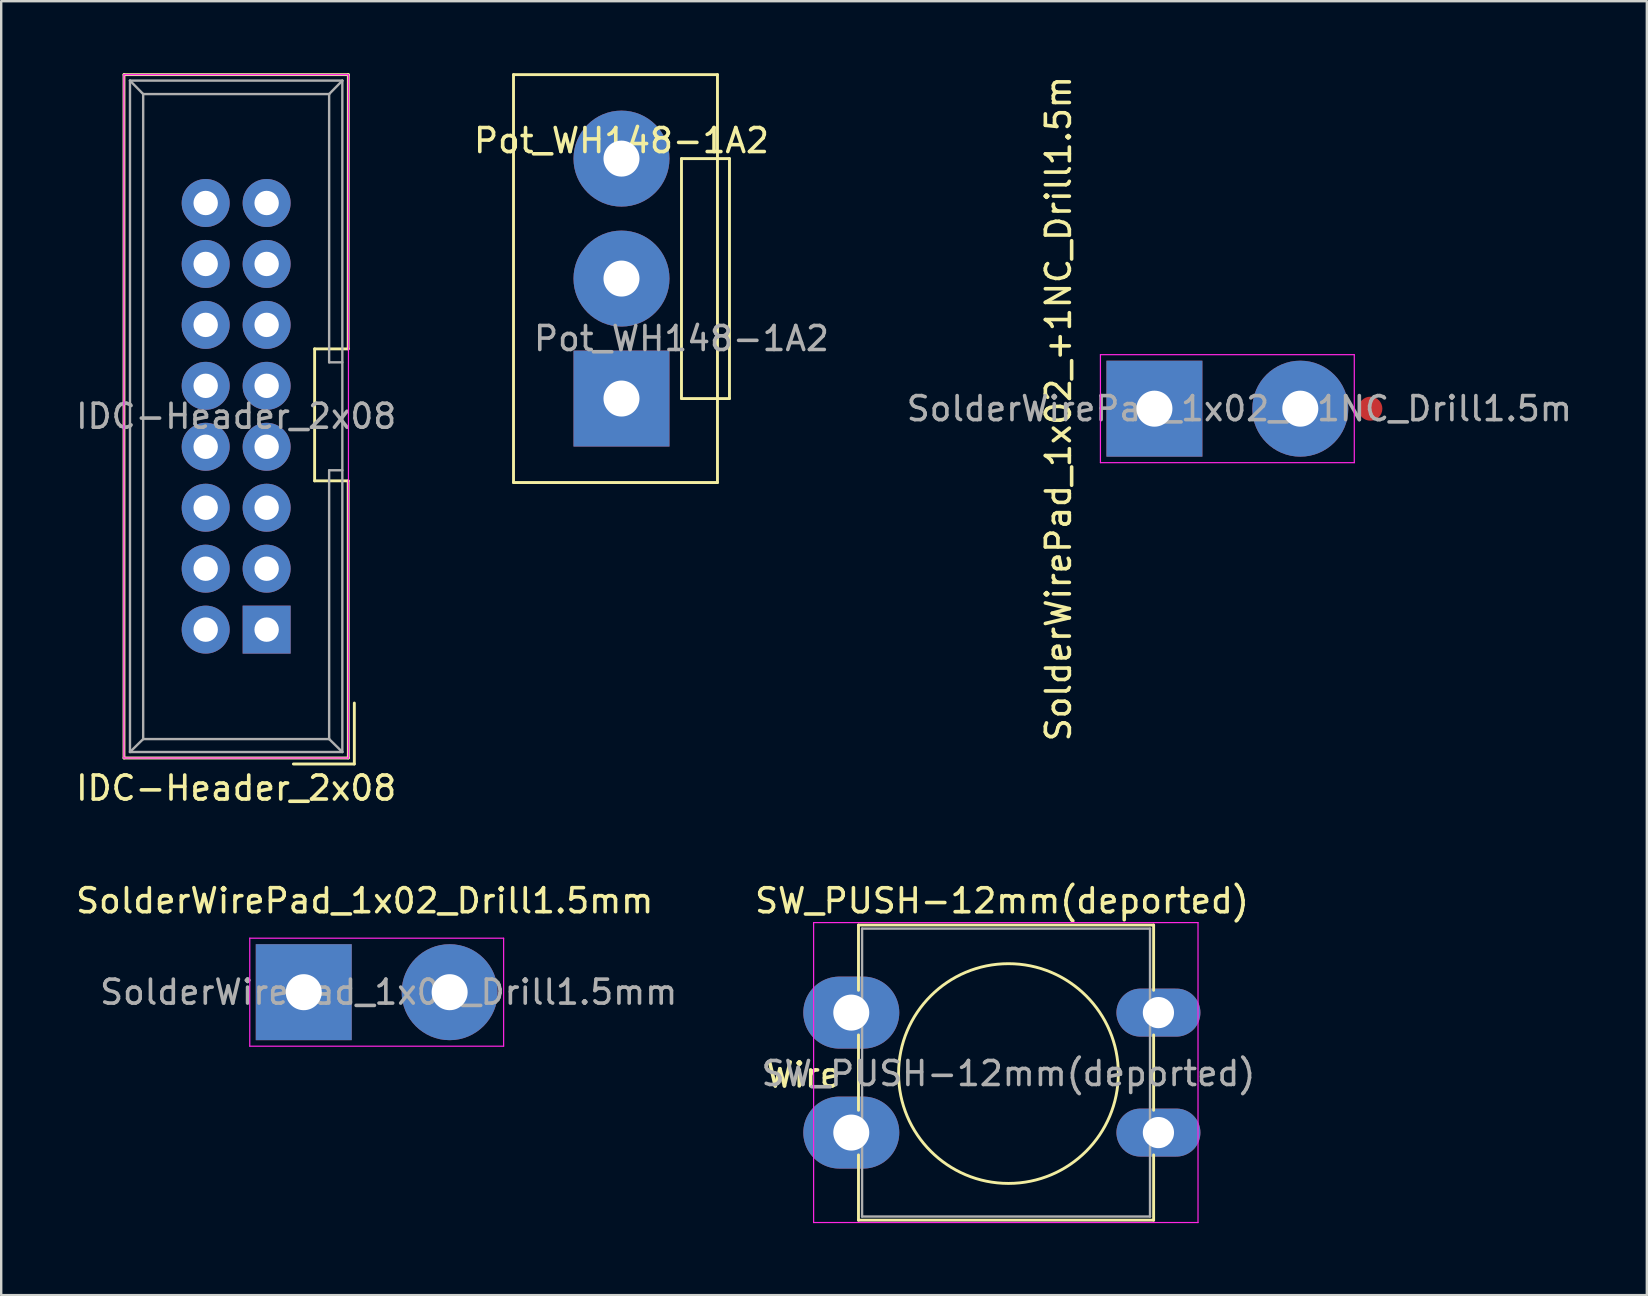
<source format=kicad_pcb>
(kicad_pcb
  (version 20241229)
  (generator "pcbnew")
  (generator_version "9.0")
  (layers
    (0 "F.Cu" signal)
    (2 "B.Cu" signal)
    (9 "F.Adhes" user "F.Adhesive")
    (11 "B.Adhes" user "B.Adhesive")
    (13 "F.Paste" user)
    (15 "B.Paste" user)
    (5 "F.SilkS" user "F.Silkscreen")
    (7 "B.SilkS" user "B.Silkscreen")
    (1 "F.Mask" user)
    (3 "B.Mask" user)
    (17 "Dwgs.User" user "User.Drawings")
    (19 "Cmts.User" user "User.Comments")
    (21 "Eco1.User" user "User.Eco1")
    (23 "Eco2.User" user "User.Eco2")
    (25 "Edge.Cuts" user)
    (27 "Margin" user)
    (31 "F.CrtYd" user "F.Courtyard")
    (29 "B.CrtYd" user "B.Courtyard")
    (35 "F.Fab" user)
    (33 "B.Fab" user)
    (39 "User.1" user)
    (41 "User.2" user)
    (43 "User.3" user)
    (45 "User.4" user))
  (footprint "Pot_WH148-1A2"
    (layer "F.Cu")
    (at 22.851 14.56)
    (property "Reference" "Pot_WH148-1A2" (at 0 -11.75 0) (layer "F.SilkS") (effects (font (size 1 1) (thickness 0.15))))
    (attr through_hole)
    (fp_line (start -4.5 -14.5) (end 4 -14.5) (stroke (width 0.12) (type solid)) (layer "F.SilkS"))
    (fp_line (start -4.5 2.5) (end -4.5 -14.5) (stroke (width 0.12) (type solid)) (layer "F.SilkS"))
    (fp_line (start 2.5 -11) (end 2.5 -1) (stroke (width 0.12) (type solid)) (layer "F.SilkS"))
    (fp_line (start 2.5 -1) (end 4 -1) (stroke (width 0.12) (type solid)) (layer "F.SilkS"))
    (fp_line (start 4 -14.5) (end 4 2.5) (stroke (width 0.12) (type solid)) (layer "F.SilkS"))
    (fp_line (start 4 -11) (end 2.5 -11) (stroke (width 0.12) (type solid)) (layer "F.SilkS"))
    (fp_line (start 4 -1) (end 4.5 -1) (stroke (width 0.12) (type solid)) (layer "F.SilkS"))
    (fp_line (start 4 2.5) (end -4.5 2.5) (stroke (width 0.12) (type solid)) (layer "F.SilkS"))
    (fp_line (start 4.5 -11) (end 4 -11) (stroke (width 0.12) (type solid)) (layer "F.SilkS"))
    (fp_line (start 4.5 -1) (end 4.5 -11) (stroke (width 0.12) (type solid)) (layer "F.SilkS"))
    (fp_text user "${REFERENCE}" (at 2.5 -3.5 0) (layer "F.Fab") (effects (font (size 1 1) (thickness 0.15))))
    (pad "1" thru_hole rect (at 0 -1) (size 4 4) (drill 1.5) (layers "*.Cu" "*.Mask"))
    (pad "2" thru_hole circle (at 0 -6) (size 4 4) (drill 1.5) (layers "*.Cu" "*.Mask"))
    (pad "3" thru_hole circle (at 0 -11) (size 4 4) (drill 1.5) (layers "*.Cu" "*.Mask")))
  (footprint "SolderWirePad_1x02_+1NC_Drill1.5m"
    (layer "F.Cu")
    (at 45.061 13.982)
    (property "Reference" "SolderWirePad_1x02_+1NC_Drill1.5m" (at -4 0 270) (layer "F.SilkS") (effects (font (size 1 1) (thickness 0.15))))
    (attr exclude_from_pos_files exclude_from_bom)
    (fp_line (start -2.25 -2.25) (end -2.25 2.25) (stroke (width 0.05) (type solid)) (layer "F.CrtYd"))
    (fp_line (start -2.25 -2.25) (end 8.33 -2.25) (stroke (width 0.05) (type solid)) (layer "F.CrtYd"))
    (fp_line (start 8.33 2.25) (end -2.25 2.25) (stroke (width 0.05) (type solid)) (layer "F.CrtYd"))
    (fp_line (start 8.33 2.25) (end 8.33 -2.25) (stroke (width 0.05) (type solid)) (layer "F.CrtYd"))
    (fp_text user "${REFERENCE}" (at 3.54 0 180) (layer "F.Fab") (effects (font (size 1 1) (thickness 0.15))))
    (pad "1" thru_hole rect (at 0 0) (size 4 4) (drill 1.501) (layers "*.Cu" "*.Mask"))
    (pad "2" thru_hole circle (at 6.08 0) (size 4 4) (drill 1.501) (layers "*.Cu" "*.Mask"))
    (pad "3" smd circle (at 9 0) (size 1 1) (layers "F.Cu" "F.Mask" "F.Paste")))
  (footprint "IDC-Header_2x08"
    (layer "F.Cu")
    (at 8.062 23.19)
    (property "Reference" "IDC-Header_2x08" (at -1.27 6.604 180) (layer "F.SilkS") (effects (font (size 1 1) (thickness 0.15))))
    (attr through_hole)
    (fp_line (start -5.945 -23.13) (end 3.405 -23.13) (stroke (width 0.12) (type solid)) (layer "F.SilkS"))
    (fp_line (start -5.945 5.35) (end -5.945 -23.13) (stroke (width 0.12) (type solid)) (layer "F.SilkS"))
    (fp_line (start 2 -11.7) (end 2 -6.2) (stroke (width 0.12) (type solid)) (layer "F.SilkS"))
    (fp_line (start 2 -6.2) (end 3.4 -6.2) (stroke (width 0.12) (type solid)) (layer "F.SilkS"))
    (fp_line (start 3.4 -11.7) (end 2 -11.7) (stroke (width 0.12) (type solid)) (layer "F.SilkS"))
    (fp_line (start 3.4 -11.7) (end 3.405 -23.13) (stroke (width 0.12) (type solid)) (layer "F.SilkS"))
    (fp_line (start 3.4 -6.2) (end 3.405 5.35) (stroke (width 0.12) (type solid)) (layer "F.SilkS"))
    (fp_line (start 3.405 5.35) (end -5.945 5.35) (stroke (width 0.12) (type solid)) (layer "F.SilkS"))
    (fp_line (start 3.655 5.6) (end 1.115 5.6) (stroke (width 0.12) (type solid)) (layer "F.SilkS"))
    (fp_line (start 3.655 5.6) (end 3.655 3.06) (stroke (width 0.12) (type solid)) (layer "F.SilkS"))
    (fp_line (start -5.95 -23.13) (end 3.41 -23.13) (stroke (width 0.05) (type solid)) (layer "F.CrtYd"))
    (fp_line (start -5.95 5.35) (end -5.95 -23.13) (stroke (width 0.05) (type solid)) (layer "F.CrtYd"))
    (fp_line (start 3.41 -23.13) (end 3.41 5.35) (stroke (width 0.05) (type solid)) (layer "F.CrtYd"))
    (fp_line (start 3.41 5.35) (end -5.95 5.35) (stroke (width 0.05) (type solid)) (layer "F.CrtYd"))
    (fp_line (start -5.695 -22.88) (end -5.145 -22.32) (stroke (width 0.1) (type solid)) (layer "F.Fab"))
    (fp_line (start -5.695 -22.88) (end 3.155 -22.88) (stroke (width 0.1) (type solid)) (layer "F.Fab"))
    (fp_line (start -5.695 5.1) (end -5.695 -22.88) (stroke (width 0.1) (type solid)) (layer "F.Fab"))
    (fp_line (start -5.695 5.1) (end -5.145 4.56) (stroke (width 0.1) (type solid)) (layer "F.Fab"))
    (fp_line (start -5.695 5.1) (end 3.155 5.1) (stroke (width 0.1) (type solid)) (layer "F.Fab"))
    (fp_line (start -5.145 -22.32) (end 2.605 -22.32) (stroke (width 0.1) (type solid)) (layer "F.Fab"))
    (fp_line (start -5.145 4.56) (end -5.145 -22.32) (stroke (width 0.1) (type solid)) (layer "F.Fab"))
    (fp_line (start -5.145 4.56) (end 2.605 4.56) (stroke (width 0.1) (type solid)) (layer "F.Fab"))
    (fp_line (start 2.605 -11.14) (end 2.605 -22.32) (stroke (width 0.1) (type solid)) (layer "F.Fab"))
    (fp_line (start 2.605 -11.14) (end 3.155 -11.14) (stroke (width 0.1) (type solid)) (layer "F.Fab"))
    (fp_line (start 2.605 -6.64) (end 3.155 -6.64) (stroke (width 0.1) (type solid)) (layer "F.Fab"))
    (fp_line (start 2.605 4.56) (end 2.605 -6.64) (stroke (width 0.1) (type solid)) (layer "F.Fab"))
    (fp_line (start 3.155 -22.88) (end 2.605 -22.32) (stroke (width 0.1) (type solid)) (layer "F.Fab"))
    (fp_line (start 3.155 5.1) (end 2.605 4.56) (stroke (width 0.1) (type solid)) (layer "F.Fab"))
    (fp_line (start 3.155 5.1) (end 3.155 -22.88) (stroke (width 0.1) (type solid)) (layer "F.Fab"))
    (fp_text user "${REFERENCE}" (at -1.27 -8.89 180) (layer "F.Fab") (effects (font (size 1 1) (thickness 0.15))))
    (pad "1" thru_hole rect (at 0 0 180) (size 2 2) (drill 1.016) (layers "*.Cu" "*.Mask"))
    (pad "2" thru_hole circle (at -2.54 0 180) (size 2 2) (drill 1.016) (layers "*.Cu" "*.Mask"))
    (pad "3" thru_hole circle (at 0 -2.54 180) (size 2 2) (drill 1.016) (layers "*.Cu" "*.Mask"))
    (pad "4" thru_hole circle (at -2.54 -2.54 180) (size 2 2) (drill 1.016) (layers "*.Cu" "*.Mask"))
    (pad "5" thru_hole circle (at 0 -5.08 180) (size 2 2) (drill 1.016) (layers "*.Cu" "*.Mask"))
    (pad "6" thru_hole circle (at -2.54 -5.08 180) (size 2 2) (drill 1.016) (layers "*.Cu" "*.Mask"))
    (pad "7" thru_hole circle (at 0 -7.62 180) (size 2 2) (drill 1.016) (layers "*.Cu" "*.Mask"))
    (pad "8" thru_hole circle (at -2.54 -7.62 180) (size 2 2) (drill 1.016) (layers "*.Cu" "*.Mask"))
    (pad "9" thru_hole circle (at 0 -10.16 180) (size 2 2) (drill 1.016) (layers "*.Cu" "*.Mask"))
    (pad "10" thru_hole circle (at -2.54 -10.16 180) (size 2 2) (drill 1.016) (layers "*.Cu" "*.Mask"))
    (pad "11" thru_hole circle (at 0 -12.7 180) (size 2 2) (drill 1.016) (layers "*.Cu" "*.Mask"))
    (pad "12" thru_hole circle (at -2.54 -12.7 180) (size 2 2) (drill 1.016) (layers "*.Cu" "*.Mask"))
    (pad "13" thru_hole circle (at 0 -15.24 180) (size 2 2) (drill 1.016) (layers "*.Cu" "*.Mask"))
    (pad "14" thru_hole circle (at -2.54 -15.24 180) (size 2 2) (drill 1.016) (layers "*.Cu" "*.Mask"))
    (pad "15" thru_hole circle (at 0 -17.78 180) (size 2 2) (drill 1.016) (layers "*.Cu" "*.Mask"))
    (pad "16" thru_hole circle (at -2.54 -17.78 180) (size 2 2) (drill 1.016) (layers "*.Cu" "*.Mask")))
  (footprint "SolderWirePad_1x02_Drill1.5mm"
    (layer "F.Cu")
    (at 9.609 38.3)
    (property "Reference" "SolderWirePad_1x02_Drill1.5mm" (at 2.54 -3.81 0) (layer "F.SilkS") (effects (font (size 1 1) (thickness 0.15))))
    (attr exclude_from_pos_files exclude_from_bom)
    (fp_line (start -2.25 -2.25) (end -2.25 2.25) (stroke (width 0.05) (type solid)) (layer "F.CrtYd"))
    (fp_line (start -2.25 -2.25) (end 8.33 -2.25) (stroke (width 0.05) (type solid)) (layer "F.CrtYd"))
    (fp_line (start 8.33 2.25) (end -2.25 2.25) (stroke (width 0.05) (type solid)) (layer "F.CrtYd"))
    (fp_line (start 8.33 2.25) (end 8.33 -2.25) (stroke (width 0.05) (type solid)) (layer "F.CrtYd"))
    (fp_text user "${REFERENCE}" (at 3.54 0 0) (layer "F.Fab") (effects (font (size 1 1) (thickness 0.15))))
    (pad "1" thru_hole rect (at 0 0) (size 4 4) (drill 1.501) (layers "*.Cu" "*.Mask"))
    (pad "2" thru_hole circle (at 6.08 0) (size 4 4) (drill 1.501) (layers "*.Cu" "*.Mask")))
  (footprint "SW_PUSH-12mm(deported)"
    (layer "F.Cu")
    (at 32.628 39.151)
    (property "Reference" "SW_PUSH-12mm(deported)" (at 6.08 -4.66 0) (layer "F.SilkS") (effects (font (size 1 1) (thickness 0.15))))
    (attr through_hole)
    (fp_line (start 0.1 -3.65) (end 12.4 -3.65) (stroke (width 0.12) (type solid)) (layer "F.SilkS"))
    (fp_line (start 0.1 -0.93) (end 0.1 -3.65) (stroke (width 0.12) (type solid)) (layer "F.SilkS"))
    (fp_line (start 0.1 4.07) (end 0.1 0.93) (stroke (width 0.12) (type solid)) (layer "F.SilkS"))
    (fp_line (start 0.1 8.65) (end 0.1 5.93) (stroke (width 0.12) (type solid)) (layer "F.SilkS"))
    (fp_line (start 12.4 -3.65) (end 12.4 -0.93) (stroke (width 0.12) (type solid)) (layer "F.SilkS"))
    (fp_line (start 12.4 0.93) (end 12.4 4.07) (stroke (width 0.12) (type solid)) (layer "F.SilkS"))
    (fp_line (start 12.4 5.93) (end 12.4 8.65) (stroke (width 0.12) (type solid)) (layer "F.SilkS"))
    (fp_line (start 12.4 8.65) (end 0.1 8.65) (stroke (width 0.12) (type solid)) (layer "F.SilkS"))
    (fp_circle (center 6.35 2.54) (end 10.16 5.08) (stroke (width 0.12) (type solid)) (fill no) (layer "F.SilkS"))
    (fp_line (start -1.77 -3.75) (end -1.77 8.75) (stroke (width 0.05) (type solid)) (layer "F.CrtYd"))
    (fp_line (start -1.77 -3.75) (end 14.25 -3.75) (stroke (width 0.05) (type solid)) (layer "F.CrtYd"))
    (fp_line (start 14.25 8.75) (end -1.77 8.75) (stroke (width 0.05) (type solid)) (layer "F.CrtYd"))
    (fp_line (start 14.25 8.75) (end 14.25 -3.75) (stroke (width 0.05) (type solid)) (layer "F.CrtYd"))
    (fp_line (start 0.25 -3.5) (end 0.25 8.5) (stroke (width 0.1) (type solid)) (layer "F.Fab"))
    (fp_line (start 0.25 -3.5) (end 12.25 -3.5) (stroke (width 0.1) (type solid)) (layer "F.Fab"))
    (fp_line (start 0.25 8.5) (end 12.25 8.5) (stroke (width 0.1) (type solid)) (layer "F.Fab"))
    (fp_line (start 12.25 -3.5) (end 12.25 8.5) (stroke (width 0.1) (type solid)) (layer "F.Fab"))
    (fp_text user "Wire" (at -2.2 2.6 0) (layer "F.SilkS") (effects (font (size 1 1) (thickness 0.15))))
    (fp_text user "${REFERENCE}" (at 6.35 2.54 0) (layer "F.Fab") (effects (font (size 1 1) (thickness 0.15))))
    (pad "1" thru_hole oval (at -0.2 0) (size 4 3) (drill 1.5) (layers "*.Cu" "*.Mask"))
    (pad "1" thru_hole oval (at 12.6 0) (size 3.5 2) (drill 1.3) (layers "*.Cu" "*.Mask"))
    (pad "2" thru_hole oval (at -0.2 5) (size 4 3) (drill 1.5) (layers "*.Cu" "*.Mask"))
    (pad "2" thru_hole oval (at 12.6 5) (size 3.5 2) (drill 1.3) (layers "*.Cu" "*.Mask")))
  (gr_rect
    (start -3 -3)
    (end 65.583 50.925)
    (stroke (width 0.1) (type default))
    (fill no)
    (layer "Edge.Cuts")))
</source>
